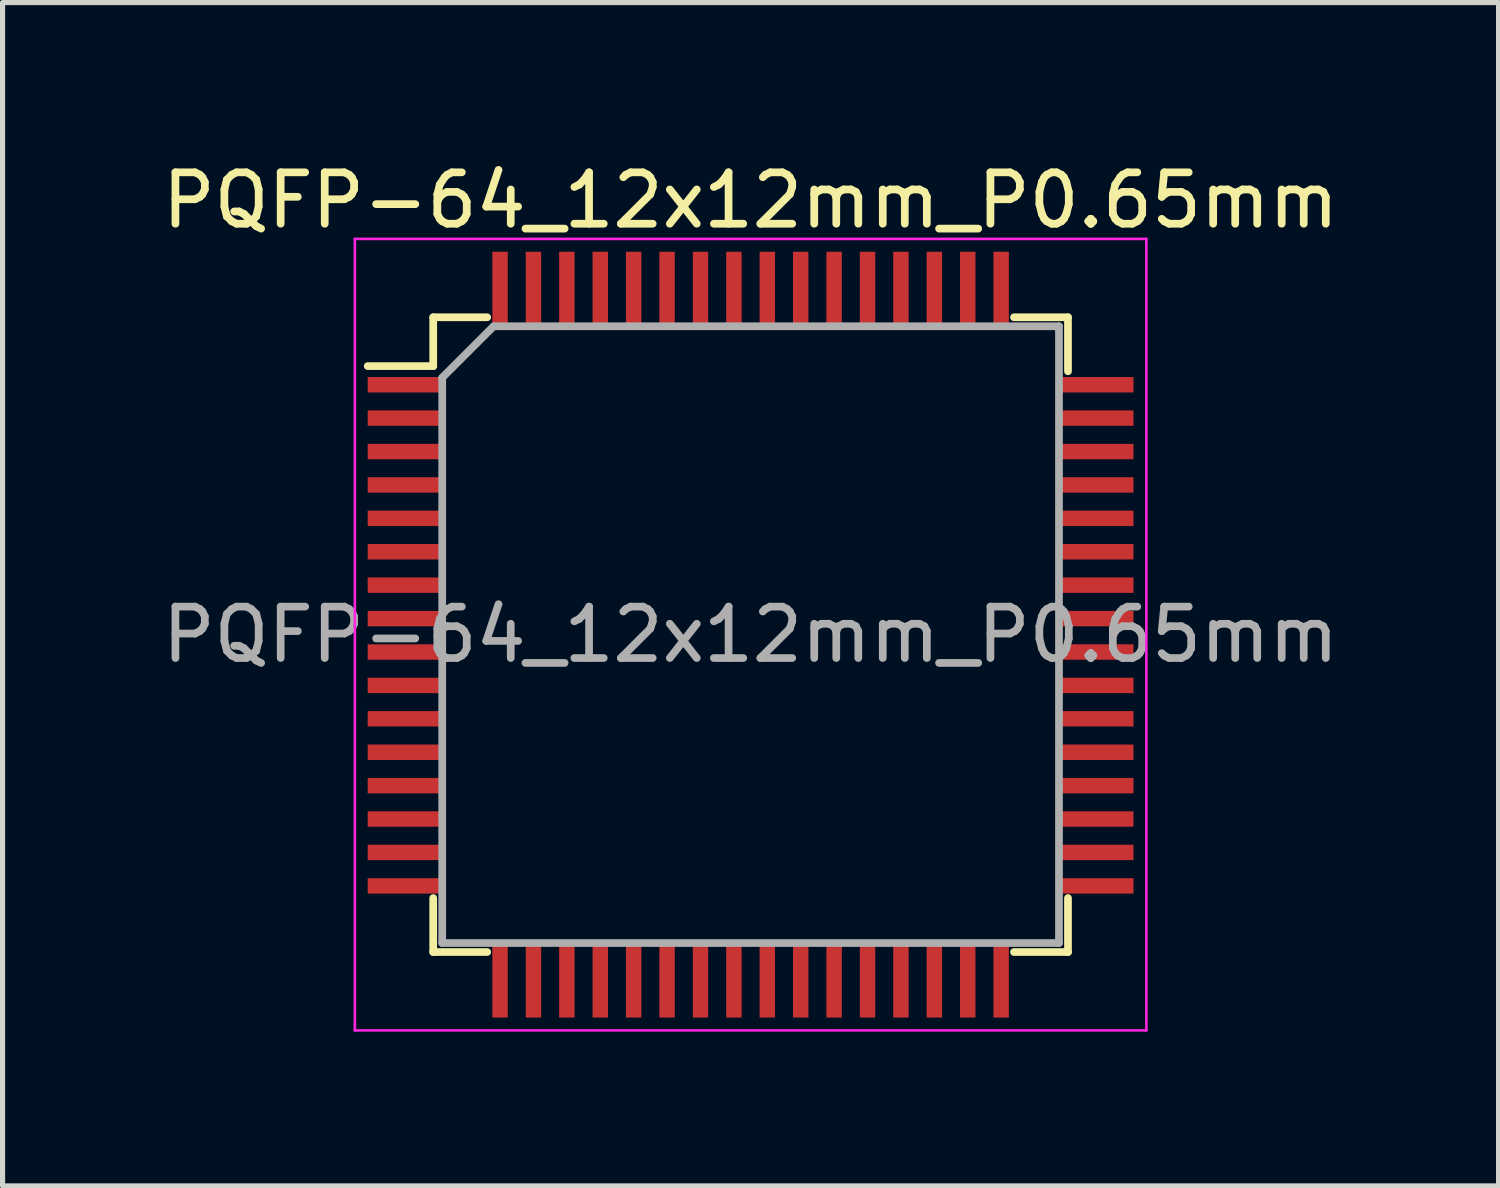
<source format=kicad_pcb>
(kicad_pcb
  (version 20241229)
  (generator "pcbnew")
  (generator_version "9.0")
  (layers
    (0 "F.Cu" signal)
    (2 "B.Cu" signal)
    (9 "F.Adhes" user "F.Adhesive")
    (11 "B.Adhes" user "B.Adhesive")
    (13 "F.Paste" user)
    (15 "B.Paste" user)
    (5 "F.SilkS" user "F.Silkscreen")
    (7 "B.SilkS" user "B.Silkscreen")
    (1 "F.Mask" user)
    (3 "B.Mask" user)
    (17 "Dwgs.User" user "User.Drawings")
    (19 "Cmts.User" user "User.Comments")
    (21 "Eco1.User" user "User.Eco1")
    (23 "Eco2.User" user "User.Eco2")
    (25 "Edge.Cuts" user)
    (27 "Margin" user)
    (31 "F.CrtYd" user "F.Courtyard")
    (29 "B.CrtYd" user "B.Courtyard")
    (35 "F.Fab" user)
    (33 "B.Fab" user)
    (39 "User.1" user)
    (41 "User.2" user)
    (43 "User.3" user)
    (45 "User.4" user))
  (footprint "PQFP-64_12x12mm_P0.65mm"
    (layer "F.Cu")
    (at 11.554 9.298)
    (property "Reference" "PQFP-64_12x12mm_P0.65mm" (at 0 -8.45 0) (layer "F.SilkS") (effects (font (size 1 1) (thickness 0.15))))
    (attr smd)
    (fp_line (start -6.175 -6.175) (end -6.175 -5.225) (stroke (width 0.15) (type solid)) (layer "F.SilkS"))
    (fp_line (start -6.175 -6.175) (end -5.125 -6.175) (stroke (width 0.15) (type solid)) (layer "F.SilkS"))
    (fp_line (start -6.175 -5.225) (end -7.45 -5.225) (stroke (width 0.15) (type solid)) (layer "F.SilkS"))
    (fp_line (start -6.175 6.175) (end -6.175 5.125) (stroke (width 0.15) (type solid)) (layer "F.SilkS"))
    (fp_line (start -6.175 6.175) (end -5.125 6.175) (stroke (width 0.15) (type solid)) (layer "F.SilkS"))
    (fp_line (start 6.175 -6.175) (end 5.125 -6.175) (stroke (width 0.15) (type solid)) (layer "F.SilkS"))
    (fp_line (start 6.175 -6.175) (end 6.175 -5.125) (stroke (width 0.15) (type solid)) (layer "F.SilkS"))
    (fp_line (start 6.175 6.175) (end 5.125 6.175) (stroke (width 0.15) (type solid)) (layer "F.SilkS"))
    (fp_line (start 6.175 6.175) (end 6.175 5.125) (stroke (width 0.15) (type solid)) (layer "F.SilkS"))
    (fp_line (start -7.7 -7.7) (end -7.7 7.7) (stroke (width 0.05) (type solid)) (layer "F.CrtYd"))
    (fp_line (start -7.7 -7.7) (end 7.7 -7.7) (stroke (width 0.05) (type solid)) (layer "F.CrtYd"))
    (fp_line (start -7.7 7.7) (end 7.7 7.7) (stroke (width 0.05) (type solid)) (layer "F.CrtYd"))
    (fp_line (start 7.7 -7.7) (end 7.7 7.7) (stroke (width 0.05) (type solid)) (layer "F.CrtYd"))
    (fp_line (start -6 -5) (end -5 -6) (stroke (width 0.15) (type solid)) (layer "F.Fab"))
    (fp_line (start -6 6) (end -6 -5) (stroke (width 0.15) (type solid)) (layer "F.Fab"))
    (fp_line (start -5 -6) (end 6 -6) (stroke (width 0.15) (type solid)) (layer "F.Fab"))
    (fp_line (start 6 -6) (end 6 6) (stroke (width 0.15) (type solid)) (layer "F.Fab"))
    (fp_line (start 6 6) (end -6 6) (stroke (width 0.15) (type solid)) (layer "F.Fab"))
    (fp_text user "${REFERENCE}" (at 0 0 0) (layer "F.Fab") (effects (font (size 1 1) (thickness 0.15))))
    (pad "1" smd rect (at -6.7 -4.862) (size 1.5 0.3) (layers "F.Cu" "F.Mask" "F.Paste"))
    (pad "2" smd rect (at -6.7 -4.213) (size 1.5 0.3) (layers "F.Cu" "F.Mask" "F.Paste"))
    (pad "3" smd rect (at -6.7 -3.562) (size 1.5 0.3) (layers "F.Cu" "F.Mask" "F.Paste"))
    (pad "4" smd rect (at -6.7 -2.913) (size 1.5 0.3) (layers "F.Cu" "F.Mask" "F.Paste"))
    (pad "5" smd rect (at -6.7 -2.263) (size 1.5 0.3) (layers "F.Cu" "F.Mask" "F.Paste"))
    (pad "6" smd rect (at -6.7 -1.613) (size 1.5 0.3) (layers "F.Cu" "F.Mask" "F.Paste"))
    (pad "7" smd rect (at -6.7 -0.963) (size 1.5 0.3) (layers "F.Cu" "F.Mask" "F.Paste"))
    (pad "8" smd rect (at -6.7 -0.312) (size 1.5 0.3) (layers "F.Cu" "F.Mask" "F.Paste"))
    (pad "9" smd rect (at -6.7 0.338) (size 1.5 0.3) (layers "F.Cu" "F.Mask" "F.Paste"))
    (pad "10" smd rect (at -6.7 0.988) (size 1.5 0.3) (layers "F.Cu" "F.Mask" "F.Paste"))
    (pad "11" smd rect (at -6.7 1.637) (size 1.5 0.3) (layers "F.Cu" "F.Mask" "F.Paste"))
    (pad "12" smd rect (at -6.7 2.288) (size 1.5 0.3) (layers "F.Cu" "F.Mask" "F.Paste"))
    (pad "13" smd rect (at -6.7 2.938) (size 1.5 0.3) (layers "F.Cu" "F.Mask" "F.Paste"))
    (pad "14" smd rect (at -6.7 3.587) (size 1.5 0.3) (layers "F.Cu" "F.Mask" "F.Paste"))
    (pad "15" smd rect (at -6.7 4.237) (size 1.5 0.3) (layers "F.Cu" "F.Mask" "F.Paste"))
    (pad "16" smd rect (at -6.7 4.888) (size 1.5 0.3) (layers "F.Cu" "F.Mask" "F.Paste"))
    (pad "17" smd rect (at -4.875 6.7 90) (size 1.5 0.3) (layers "F.Cu" "F.Mask" "F.Paste"))
    (pad "18" smd rect (at -4.225 6.7 90) (size 1.5 0.3) (layers "F.Cu" "F.Mask" "F.Paste"))
    (pad "19" smd rect (at -3.575 6.7 90) (size 1.5 0.3) (layers "F.Cu" "F.Mask" "F.Paste"))
    (pad "20" smd rect (at -2.925 6.7 90) (size 1.5 0.3) (layers "F.Cu" "F.Mask" "F.Paste"))
    (pad "21" smd rect (at -2.275 6.7 90) (size 1.5 0.3) (layers "F.Cu" "F.Mask" "F.Paste"))
    (pad "22" smd rect (at -1.625 6.7 90) (size 1.5 0.3) (layers "F.Cu" "F.Mask" "F.Paste"))
    (pad "23" smd rect (at -0.975 6.7 90) (size 1.5 0.3) (layers "F.Cu" "F.Mask" "F.Paste"))
    (pad "24" smd rect (at -0.325 6.7 90) (size 1.5 0.3) (layers "F.Cu" "F.Mask" "F.Paste"))
    (pad "25" smd rect (at 0.325 6.7 90) (size 1.5 0.3) (layers "F.Cu" "F.Mask" "F.Paste"))
    (pad "26" smd rect (at 0.975 6.7 90) (size 1.5 0.3) (layers "F.Cu" "F.Mask" "F.Paste"))
    (pad "27" smd rect (at 1.625 6.7 90) (size 1.5 0.3) (layers "F.Cu" "F.Mask" "F.Paste"))
    (pad "28" smd rect (at 2.275 6.7 90) (size 1.5 0.3) (layers "F.Cu" "F.Mask" "F.Paste"))
    (pad "29" smd rect (at 2.925 6.7 90) (size 1.5 0.3) (layers "F.Cu" "F.Mask" "F.Paste"))
    (pad "30" smd rect (at 3.575 6.7 90) (size 1.5 0.3) (layers "F.Cu" "F.Mask" "F.Paste"))
    (pad "31" smd rect (at 4.225 6.7 90) (size 1.5 0.3) (layers "F.Cu" "F.Mask" "F.Paste"))
    (pad "32" smd rect (at 4.875 6.7 90) (size 1.5 0.3) (layers "F.Cu" "F.Mask" "F.Paste"))
    (pad "33" smd rect (at 6.7 4.888) (size 1.5 0.3) (layers "F.Cu" "F.Mask" "F.Paste"))
    (pad "34" smd rect (at 6.7 4.237) (size 1.5 0.3) (layers "F.Cu" "F.Mask" "F.Paste"))
    (pad "35" smd rect (at 6.7 3.587) (size 1.5 0.3) (layers "F.Cu" "F.Mask" "F.Paste"))
    (pad "36" smd rect (at 6.7 2.938) (size 1.5 0.3) (layers "F.Cu" "F.Mask" "F.Paste"))
    (pad "37" smd rect (at 6.7 2.288) (size 1.5 0.3) (layers "F.Cu" "F.Mask" "F.Paste"))
    (pad "38" smd rect (at 6.7 1.637) (size 1.5 0.3) (layers "F.Cu" "F.Mask" "F.Paste"))
    (pad "39" smd rect (at 6.7 0.988) (size 1.5 0.3) (layers "F.Cu" "F.Mask" "F.Paste"))
    (pad "40" smd rect (at 6.7 0.338) (size 1.5 0.3) (layers "F.Cu" "F.Mask" "F.Paste"))
    (pad "41" smd rect (at 6.7 -0.312) (size 1.5 0.3) (layers "F.Cu" "F.Mask" "F.Paste"))
    (pad "42" smd rect (at 6.7 -0.963) (size 1.5 0.3) (layers "F.Cu" "F.Mask" "F.Paste"))
    (pad "43" smd rect (at 6.7 -1.613) (size 1.5 0.3) (layers "F.Cu" "F.Mask" "F.Paste"))
    (pad "44" smd rect (at 6.7 -2.263) (size 1.5 0.3) (layers "F.Cu" "F.Mask" "F.Paste"))
    (pad "45" smd rect (at 6.7 -2.913) (size 1.5 0.3) (layers "F.Cu" "F.Mask" "F.Paste"))
    (pad "46" smd rect (at 6.7 -3.562) (size 1.5 0.3) (layers "F.Cu" "F.Mask" "F.Paste"))
    (pad "47" smd rect (at 6.7 -4.213) (size 1.5 0.3) (layers "F.Cu" "F.Mask" "F.Paste"))
    (pad "48" smd rect (at 6.7 -4.862) (size 1.5 0.3) (layers "F.Cu" "F.Mask" "F.Paste"))
    (pad "49" smd rect (at 4.875 -6.7 90) (size 1.5 0.3) (layers "F.Cu" "F.Mask" "F.Paste"))
    (pad "50" smd rect (at 4.225 -6.7 90) (size 1.5 0.3) (layers "F.Cu" "F.Mask" "F.Paste"))
    (pad "51" smd rect (at 3.575 -6.7 90) (size 1.5 0.3) (layers "F.Cu" "F.Mask" "F.Paste"))
    (pad "52" smd rect (at 2.925 -6.7 90) (size 1.5 0.3) (layers "F.Cu" "F.Mask" "F.Paste"))
    (pad "53" smd rect (at 2.275 -6.7 90) (size 1.5 0.3) (layers "F.Cu" "F.Mask" "F.Paste"))
    (pad "54" smd rect (at 1.625 -6.7 90) (size 1.5 0.3) (layers "F.Cu" "F.Mask" "F.Paste"))
    (pad "55" smd rect (at 0.975 -6.7 90) (size 1.5 0.3) (layers "F.Cu" "F.Mask" "F.Paste"))
    (pad "56" smd rect (at 0.325 -6.7 90) (size 1.5 0.3) (layers "F.Cu" "F.Mask" "F.Paste"))
    (pad "57" smd rect (at -0.325 -6.7 90) (size 1.5 0.3) (layers "F.Cu" "F.Mask" "F.Paste"))
    (pad "58" smd rect (at -0.975 -6.7 90) (size 1.5 0.3) (layers "F.Cu" "F.Mask" "F.Paste"))
    (pad "59" smd rect (at -1.625 -6.7 90) (size 1.5 0.3) (layers "F.Cu" "F.Mask" "F.Paste"))
    (pad "60" smd rect (at -2.275 -6.7 90) (size 1.5 0.3) (layers "F.Cu" "F.Mask" "F.Paste"))
    (pad "61" smd rect (at -2.925 -6.7 90) (size 1.5 0.3) (layers "F.Cu" "F.Mask" "F.Paste"))
    (pad "62" smd rect (at -3.575 -6.7 90) (size 1.5 0.3) (layers "F.Cu" "F.Mask" "F.Paste"))
    (pad "63" smd rect (at -4.225 -6.7 90) (size 1.5 0.3) (layers "F.Cu" "F.Mask" "F.Paste"))
    (pad "64" smd rect (at -4.875 -6.7 90) (size 1.5 0.3) (layers "F.Cu" "F.Mask" "F.Paste")))
  (gr_rect
    (start -3 -3)
    (end 26.107 20.023)
    (stroke (width 0.1) (type default))
    (fill no)
    (layer "Edge.Cuts")))
</source>
